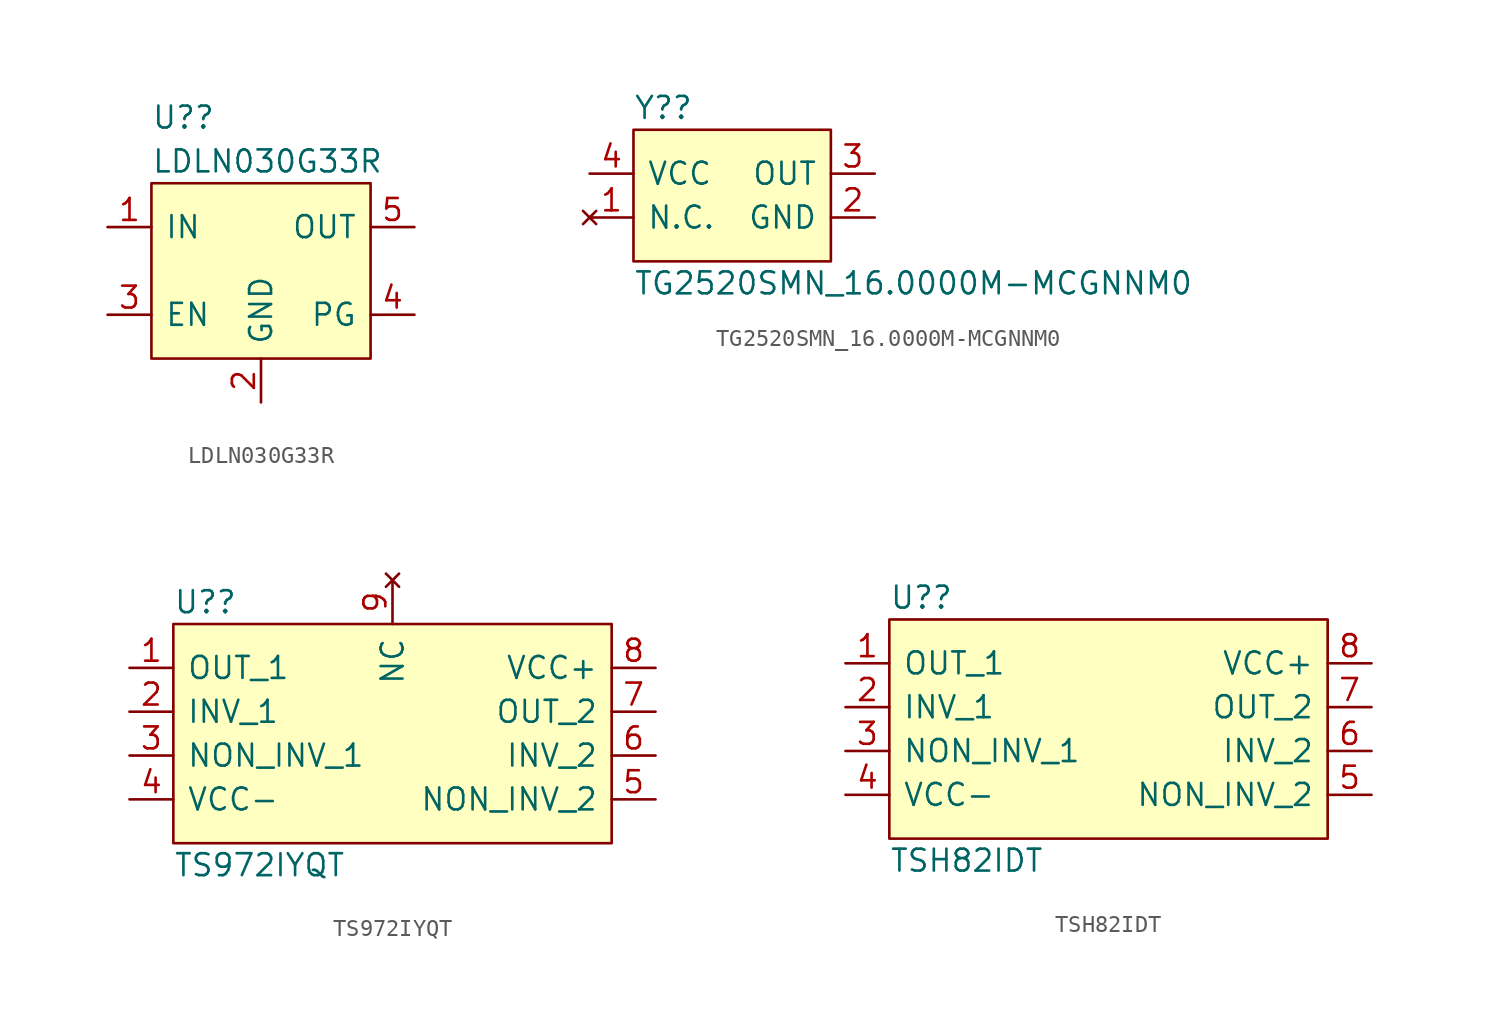
<source format=kicad_sym>
(kicad_symbol_lib
  (version 20211014)
  (generator kicad_symbol_editor)
  (symbol "LDLN030G33R"
    (pin_names
      (offset 0.762))
    (property "Reference" "U?"
      (at 0 3.81 0)
      (effects (font (size 1.27 1.27)) (justify left)))
    (property "Value" "LDLN030G33R"
      (at 0 1.27 0)
      (effects (font (size 1.27 1.27)) (justify left)))
    (symbol "LDLN030G33R_0_0"
      (pin passive line (at -2.54 -2.54 0) (length 2.54) (name "IN" (effects (font (size 1.27 1.27)))) (number "1" (effects (font (size 1.27 1.27)))))
      (pin passive line (at 6.35 -12.7 90) (length 2.54) (name "GND" (effects (font (size 1.27 1.27)))) (number "2" (effects (font (size 1.27 1.27)))))
      (pin passive line (at -2.54 -7.62 0) (length 2.54) (name "EN" (effects (font (size 1.27 1.27)))) (number "3" (effects (font (size 1.27 1.27)))))
      (pin passive line (at 15.24 -7.62 180) (length 2.54) (name "PG" (effects (font (size 1.27 1.27)))) (number "4" (effects (font (size 1.27 1.27)))))
      (pin passive line (at 15.24 -2.54 180) (length 2.54) (name "OUT" (effects (font (size 1.27 1.27)))) (number "5" (effects (font (size 1.27 1.27))))))
    (symbol "LDLN030G33R_0_1"
      (polyline (pts (xy 0 0) (xy 12.7 0) (xy 12.7 -10.16) (xy 0 -10.16) (xy 0 0)) (stroke (width 0.152) (type default) (color 0 0 0 0)) (fill (type background)))))
  (symbol "TG2520SMN_16.0000M-MCGNNM0"
    (pin_names
      (offset 0.762))
    (property "Reference" "Y?"
      (at 5.08 3.81 0)
      (effects (font (size 1.27 1.27)) (justify left)))
    (property "Value" "TG2520SMN_16.0000M-MCGNNM0"
      (at 5.08 -6.35 0)
      (effects (font (size 1.27 1.27)) (justify left)))
    (symbol "TG2520SMN_16.0000M-MCGNNM0_0_0"
      (pin no_connect line (at 2.54 -2.54 0) (length 2.54) (name "N.C." (effects (font (size 1.27 1.27)))) (number "1" (effects (font (size 1.27 1.27)))))
      (pin passive line (at 19.05 -2.54 180) (length 2.54) (name "GND" (effects (font (size 1.27 1.27)))) (number "2" (effects (font (size 1.27 1.27)))))
      (pin passive line (at 19.05 0 180) (length 2.54) (name "OUT" (effects (font (size 1.27 1.27)))) (number "3" (effects (font (size 1.27 1.27)))))
      (pin passive line (at 2.54 0 0) (length 2.54) (name "VCC" (effects (font (size 1.27 1.27)))) (number "4" (effects (font (size 1.27 1.27))))))
    (symbol "TG2520SMN_16.0000M-MCGNNM0_0_1"
      (polyline (pts (xy 5.08 2.54) (xy 16.51 2.54) (xy 16.51 -5.08) (xy 5.08 -5.08) (xy 5.08 2.54)) (stroke (width 0.152) (type default) (color 0 0 0 0)) (fill (type background)))))
  (symbol "TS972IYQT"
    (pin_names
      (offset 0.762))
    (property "Reference" "U?"
      (at 0 1.27 0)
      (effects (font (size 1.27 1.27)) (justify left)))
    (property "Value" "TS972IYQT"
      (at 0 -13.97 0)
      (effects (font (size 1.27 1.27)) (justify left)))
    (symbol "TS972IYQT_0_0"
      (pin passive line (at -2.54 -2.54 0) (length 2.54) (name "OUT_1" (effects (font (size 1.27 1.27)))) (number "1" (effects (font (size 1.27 1.27)))))
      (pin passive line (at -2.54 -5.08 0) (length 2.54) (name "INV_1" (effects (font (size 1.27 1.27)))) (number "2" (effects (font (size 1.27 1.27)))))
      (pin passive line (at -2.54 -7.62 0) (length 2.54) (name "NON_INV_1" (effects (font (size 1.27 1.27)))) (number "3" (effects (font (size 1.27 1.27)))))
      (pin passive line (at -2.54 -10.16 0) (length 2.54) (name "VCC-" (effects (font (size 1.27 1.27)))) (number "4" (effects (font (size 1.27 1.27)))))
      (pin passive line (at 27.94 -10.16 180) (length 2.54) (name "NON_INV_2" (effects (font (size 1.27 1.27)))) (number "5" (effects (font (size 1.27 1.27)))))
      (pin passive line (at 27.94 -7.62 180) (length 2.54) (name "INV_2" (effects (font (size 1.27 1.27)))) (number "6" (effects (font (size 1.27 1.27)))))
      (pin passive line (at 27.94 -5.08 180) (length 2.54) (name "OUT_2" (effects (font (size 1.27 1.27)))) (number "7" (effects (font (size 1.27 1.27)))))
      (pin passive line (at 27.94 -2.54 180) (length 2.54) (name "VCC+" (effects (font (size 1.27 1.27)))) (number "8" (effects (font (size 1.27 1.27)))))
      (pin no_connect line (at 12.7 2.54 270) (length 2.54) (name "NC" (effects (font (size 1.27 1.27)))) (number "9" (effects (font (size 1.27 1.27))))))
    (symbol "TS972IYQT_0_1"
      (polyline (pts (xy 0 0) (xy 25.4 0) (xy 25.4 -12.7) (xy 0 -12.7) (xy 0 0)) (stroke (width 0.152) (type default) (color 0 0 0 0)) (fill (type background)))))
  (symbol "TSH82IDT"
    (pin_names
      (offset 0.762))
    (property "Reference" "U?"
      (at 0 1.27 0)
      (effects (font (size 1.27 1.27)) (justify left)))
    (property "Value" "TSH82IDT"
      (at 0 -13.97 0)
      (effects (font (size 1.27 1.27)) (justify left)))
    (symbol "TSH82IDT_0_0"
      (pin passive line (at -2.54 -2.54 0) (length 2.54) (name "OUT_1" (effects (font (size 1.27 1.27)))) (number "1" (effects (font (size 1.27 1.27)))))
      (pin passive line (at -2.54 -5.08 0) (length 2.54) (name "INV_1" (effects (font (size 1.27 1.27)))) (number "2" (effects (font (size 1.27 1.27)))))
      (pin passive line (at -2.54 -7.62 0) (length 2.54) (name "NON_INV_1" (effects (font (size 1.27 1.27)))) (number "3" (effects (font (size 1.27 1.27)))))
      (pin passive line (at -2.54 -10.16 0) (length 2.54) (name "VCC-" (effects (font (size 1.27 1.27)))) (number "4" (effects (font (size 1.27 1.27)))))
      (pin passive line (at 27.94 -10.16 180) (length 2.54) (name "NON_INV_2" (effects (font (size 1.27 1.27)))) (number "5" (effects (font (size 1.27 1.27)))))
      (pin passive line (at 27.94 -7.62 180) (length 2.54) (name "INV_2" (effects (font (size 1.27 1.27)))) (number "6" (effects (font (size 1.27 1.27)))))
      (pin passive line (at 27.94 -5.08 180) (length 2.54) (name "OUT_2" (effects (font (size 1.27 1.27)))) (number "7" (effects (font (size 1.27 1.27)))))
      (pin passive line (at 27.94 -2.54 180) (length 2.54) (name "VCC+" (effects (font (size 1.27 1.27)))) (number "8" (effects (font (size 1.27 1.27))))))
    (symbol "TSH82IDT_0_1"
      (polyline (pts (xy 0 0) (xy 25.4 0) (xy 25.4 -12.7) (xy 0 -12.7) (xy 0 0)) (stroke (width 0.152) (type default) (color 0 0 0 0)) (fill (type background))))))
</source>
